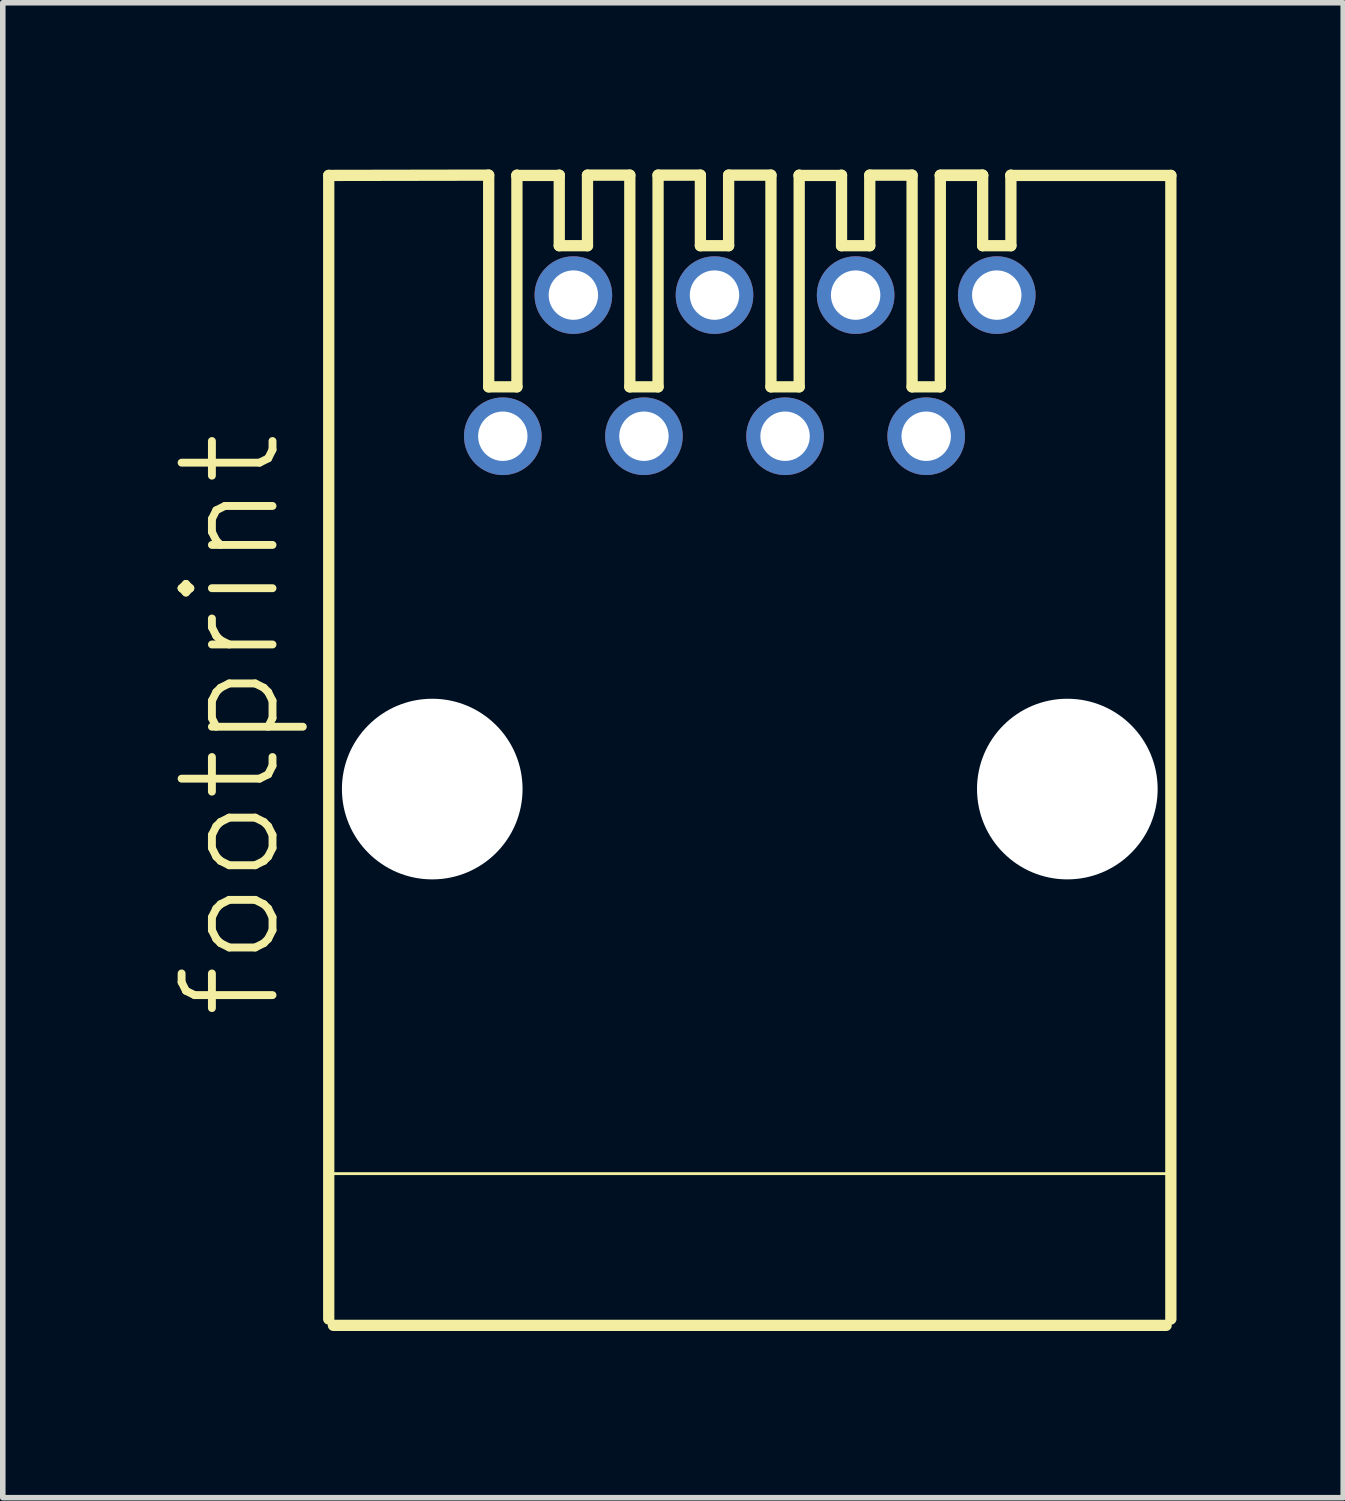
<source format=kicad_pcb>
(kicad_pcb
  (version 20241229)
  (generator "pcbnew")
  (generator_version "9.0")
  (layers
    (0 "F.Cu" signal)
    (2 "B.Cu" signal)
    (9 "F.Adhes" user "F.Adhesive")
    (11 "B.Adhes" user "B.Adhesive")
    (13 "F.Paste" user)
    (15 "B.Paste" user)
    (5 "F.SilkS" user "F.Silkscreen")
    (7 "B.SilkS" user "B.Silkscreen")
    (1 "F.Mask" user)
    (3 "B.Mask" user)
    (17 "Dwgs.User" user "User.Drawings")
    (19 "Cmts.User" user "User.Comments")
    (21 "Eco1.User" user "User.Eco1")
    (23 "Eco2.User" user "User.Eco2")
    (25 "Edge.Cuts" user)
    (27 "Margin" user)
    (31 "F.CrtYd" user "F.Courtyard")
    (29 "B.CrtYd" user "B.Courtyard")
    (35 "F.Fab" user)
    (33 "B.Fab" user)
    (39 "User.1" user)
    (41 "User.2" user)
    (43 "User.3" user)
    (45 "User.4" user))
  (footprint "footprint"
    (layer "F.Cu")
    (at 10.444 11.151)
    (property "Reference" "footprint" (at -8.382 4.191 90) (layer "F.SilkS") (effects (font (size 1.636 1.636) (thickness 0.142)) (justify left bottom)))
    (fp_line (start -7.578 -11.044) (end -4.699 -11.049) (stroke (width 0.203) (type solid)) (layer "F.SilkS"))
    (fp_line (start -7.578 9.538) (end -7.578 -11.044) (stroke (width 0.203) (type solid)) (layer "F.SilkS"))
    (fp_line (start -4.699 -11.049) (end -4.699 -7.239) (stroke (width 0.203) (type solid)) (layer "F.SilkS"))
    (fp_line (start -4.699 -7.239) (end -4.191 -7.239) (stroke (width 0.203) (type solid)) (layer "F.SilkS"))
    (fp_line (start -4.191 -11.049) (end -4.191 -11.044) (stroke (width 0.203) (type solid)) (layer "F.SilkS"))
    (fp_line (start -4.191 -11.044) (end -4.191 -7.239) (stroke (width 0.203) (type solid)) (layer "F.SilkS"))
    (fp_line (start -4.191 -11.044) (end -3.429 -11.044) (stroke (width 0.203) (type solid)) (layer "F.SilkS"))
    (fp_line (start -3.429 -11.049) (end -3.429 -11.044) (stroke (width 0.203) (type solid)) (layer "F.SilkS"))
    (fp_line (start -3.429 -11.044) (end -3.429 -9.779) (stroke (width 0.203) (type solid)) (layer "F.SilkS"))
    (fp_line (start -3.429 -9.779) (end -2.921 -9.779) (stroke (width 0.203) (type solid)) (layer "F.SilkS"))
    (fp_line (start -2.921 -11.049) (end -2.921 -9.779) (stroke (width 0.203) (type solid)) (layer "F.SilkS"))
    (fp_line (start -2.921 -11.049) (end -2.159 -11.049) (stroke (width 0.203) (type solid)) (layer "F.SilkS"))
    (fp_line (start -2.159 -11.049) (end -2.159 -7.239) (stroke (width 0.203) (type solid)) (layer "F.SilkS"))
    (fp_line (start -2.159 -7.239) (end -1.651 -7.239) (stroke (width 0.203) (type solid)) (layer "F.SilkS"))
    (fp_line (start -1.651 -11.049) (end -1.651 -7.239) (stroke (width 0.203) (type solid)) (layer "F.SilkS"))
    (fp_line (start -1.651 -11.049) (end -0.889 -11.049) (stroke (width 0.203) (type solid)) (layer "F.SilkS"))
    (fp_line (start -0.889 -11.049) (end -0.889 -9.779) (stroke (width 0.203) (type solid)) (layer "F.SilkS"))
    (fp_line (start -0.889 -9.779) (end -0.381 -9.779) (stroke (width 0.203) (type solid)) (layer "F.SilkS"))
    (fp_line (start -0.381 -11.049) (end -0.381 -9.779) (stroke (width 0.203) (type solid)) (layer "F.SilkS"))
    (fp_line (start -0.381 -11.049) (end 0.381 -11.049) (stroke (width 0.203) (type solid)) (layer "F.SilkS"))
    (fp_line (start 0.381 -11.049) (end 0.381 -7.239) (stroke (width 0.203) (type solid)) (layer "F.SilkS"))
    (fp_line (start 0.381 -7.239) (end 0.889 -7.239) (stroke (width 0.203) (type solid)) (layer "F.SilkS"))
    (fp_line (start 0.889 -11.049) (end 0.889 -11.044) (stroke (width 0.203) (type solid)) (layer "F.SilkS"))
    (fp_line (start 0.889 -11.044) (end 0.889 -7.239) (stroke (width 0.203) (type solid)) (layer "F.SilkS"))
    (fp_line (start 0.889 -11.044) (end 1.651 -11.044) (stroke (width 0.203) (type solid)) (layer "F.SilkS"))
    (fp_line (start 1.651 -11.049) (end 1.651 -9.779) (stroke (width 0.203) (type solid)) (layer "F.SilkS"))
    (fp_line (start 1.651 -9.779) (end 2.159 -9.779) (stroke (width 0.203) (type solid)) (layer "F.SilkS"))
    (fp_line (start 2.159 -11.049) (end 2.159 -9.779) (stroke (width 0.203) (type solid)) (layer "F.SilkS"))
    (fp_line (start 2.159 -11.049) (end 2.921 -11.049) (stroke (width 0.203) (type solid)) (layer "F.SilkS"))
    (fp_line (start 2.921 -11.049) (end 2.921 -7.239) (stroke (width 0.203) (type solid)) (layer "F.SilkS"))
    (fp_line (start 2.921 -7.239) (end 3.429 -7.239) (stroke (width 0.203) (type solid)) (layer "F.SilkS"))
    (fp_line (start 3.429 -11.049) (end 4.191 -11.049) (stroke (width 0.203) (type solid)) (layer "F.SilkS"))
    (fp_line (start 3.429 -11.044) (end 3.429 -7.239) (stroke (width 0.203) (type solid)) (layer "F.SilkS"))
    (fp_line (start 3.429 -11.044) (end 4.191 -11.044) (stroke (width 0.203) (type solid)) (layer "F.SilkS"))
    (fp_line (start 4.191 -11.049) (end 4.191 -9.779) (stroke (width 0.203) (type solid)) (layer "F.SilkS"))
    (fp_line (start 4.191 -9.779) (end 4.699 -9.779) (stroke (width 0.203) (type solid)) (layer "F.SilkS"))
    (fp_line (start 4.699 -11.049) (end 4.699 -11.044) (stroke (width 0.203) (type solid)) (layer "F.SilkS"))
    (fp_line (start 4.699 -11.044) (end 4.699 -9.779) (stroke (width 0.203) (type solid)) (layer "F.SilkS"))
    (fp_line (start 4.699 -11.044) (end 7.578 -11.044) (stroke (width 0.203) (type solid)) (layer "F.SilkS"))
    (fp_line (start 7.493 9.652) (end -7.493 9.652) (stroke (width 0.203) (type solid)) (layer "F.SilkS"))
    (fp_line (start 7.556 6.921) (end -7.556 6.921) (stroke (width 0.051) (type solid)) (layer "F.SilkS"))
    (fp_line (start 7.578 -11.044) (end 7.578 9.538) (stroke (width 0.203) (type solid)) (layer "F.SilkS"))
    (pad "" np_thru_hole circle (at -5.715 0) (size 3.251 3.251) (drill 3.251) (layers "*.Cu" "*.Mask"))
    (pad "" np_thru_hole circle (at 5.715 0) (size 3.251 3.251) (drill 3.251) (layers "*.Cu" "*.Mask"))
    (pad "1" thru_hole circle (at -4.445 -6.35) (size 1.397 1.397) (drill 0.889) (layers "*.Cu" "*.Mask"))
    (pad "2" thru_hole circle (at -3.175 -8.89) (size 1.397 1.397) (drill 0.889) (layers "*.Cu" "*.Mask"))
    (pad "3" thru_hole circle (at -1.905 -6.35) (size 1.397 1.397) (drill 0.889) (layers "*.Cu" "*.Mask"))
    (pad "4" thru_hole circle (at -0.635 -8.89) (size 1.397 1.397) (drill 0.889) (layers "*.Cu" "*.Mask"))
    (pad "5" thru_hole circle (at 0.635 -6.35) (size 1.397 1.397) (drill 0.889) (layers "*.Cu" "*.Mask"))
    (pad "6" thru_hole circle (at 1.905 -8.89) (size 1.397 1.397) (drill 0.889) (layers "*.Cu" "*.Mask"))
    (pad "7" thru_hole circle (at 3.175 -6.35) (size 1.397 1.397) (drill 0.889) (layers "*.Cu" "*.Mask"))
    (pad "8" thru_hole circle (at 4.445 -8.89) (size 1.397 1.397) (drill 0.889) (layers "*.Cu" "*.Mask")))
  (gr_rect
    (start -3 -3)
    (end 21.124 23.904)
    (stroke (width 0.1) (type default))
    (fill no)
    (layer "Edge.Cuts")))
</source>
